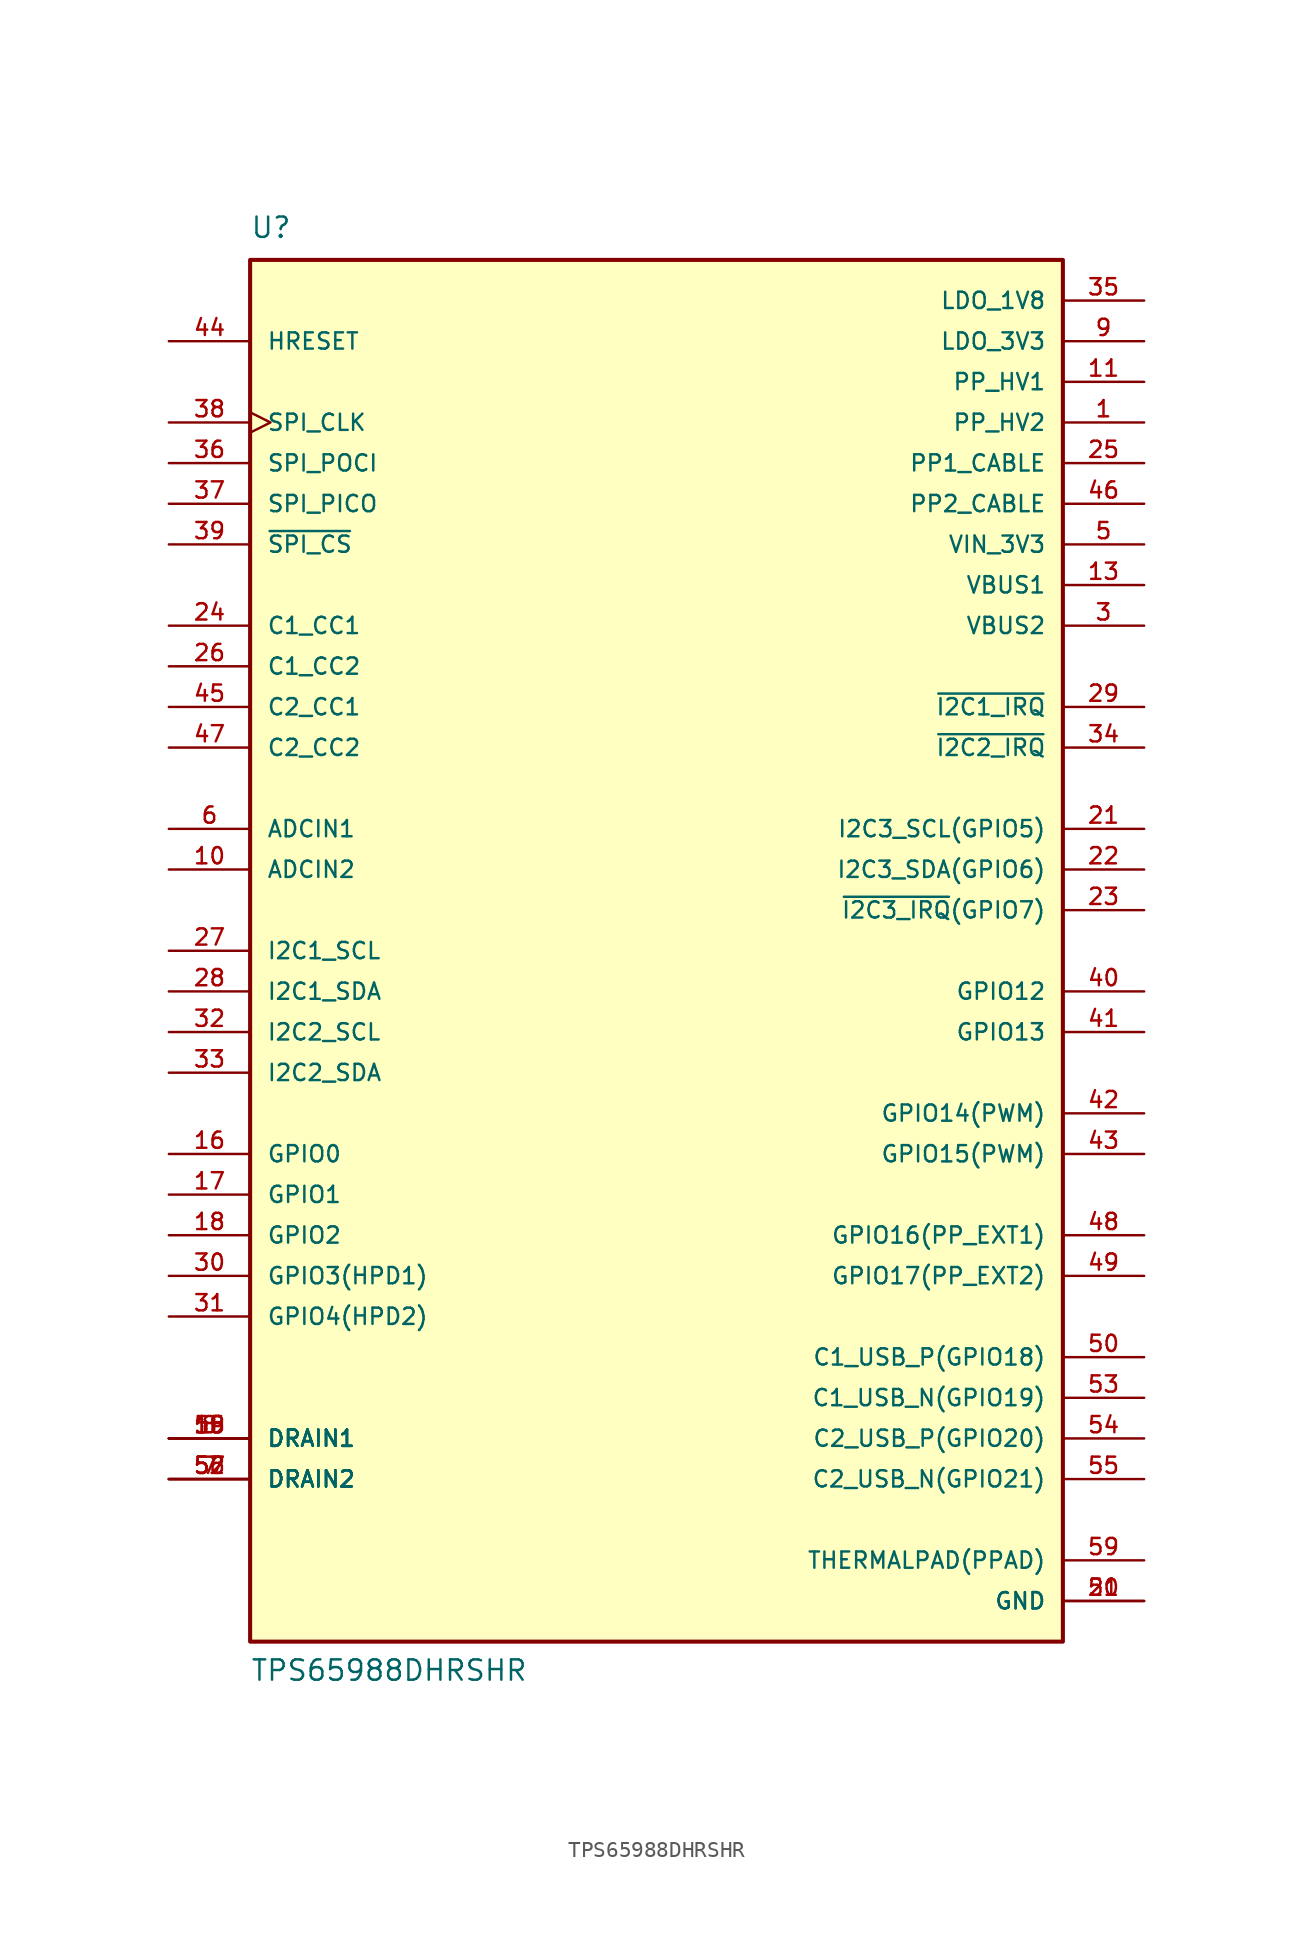
<source format=kicad_sym>
(kicad_symbol_lib
  (version 20211014)
  (generator kicad_symbol_editor)
  (symbol "TPS65988DHRSHR"
    (pin_names
      (offset 1.016))
    (property "Reference" "U"
      (at -25.404 44.458 0)
      (effects (font (size 1.27 1.27)) (justify bottom left)))
    (property "Value" "TPS65988DHRSHR"
      (at -25.401 -45.723 0)
      (effects (font (size 1.27 1.27)) (justify bottom left)))
    (symbol "TPS65988DHRSHR_0_0"
      (rectangle (start -25.4 -43.18) (end 25.4 43.18) (stroke (width 0.254)) (fill (type background)))
      (pin input line (at -30.48 7.62 0) (length 5.08) (name "ADCIN1" (effects (font (size 1.016 1.016)))) (number "6" (effects (font (size 1.016 1.016)))))
      (pin input line (at -30.48 5.08 0) (length 5.08) (name "ADCIN2" (effects (font (size 1.016 1.016)))) (number "10" (effects (font (size 1.016 1.016)))))
      (pin bidirectional line (at -30.48 20.32 0) (length 5.08) (name "C1_CC1" (effects (font (size 1.016 1.016)))) (number "24" (effects (font (size 1.016 1.016)))))
      (pin bidirectional line (at -30.48 17.78 0) (length 5.08) (name "C1_CC2" (effects (font (size 1.016 1.016)))) (number "26" (effects (font (size 1.016 1.016)))))
      (pin bidirectional line (at 30.48 -27.94 180.0) (length 5.08) (name "C1_USB_N(GPIO19)" (effects (font (size 1.016 1.016)))) (number "53" (effects (font (size 1.016 1.016)))))
      (pin bidirectional line (at 30.48 -25.4 180.0) (length 5.08) (name "C1_USB_P(GPIO18)" (effects (font (size 1.016 1.016)))) (number "50" (effects (font (size 1.016 1.016)))))
      (pin bidirectional line (at -30.48 15.24 0) (length 5.08) (name "C2_CC1" (effects (font (size 1.016 1.016)))) (number "45" (effects (font (size 1.016 1.016)))))
      (pin bidirectional line (at -30.48 12.7 0) (length 5.08) (name "C2_CC2" (effects (font (size 1.016 1.016)))) (number "47" (effects (font (size 1.016 1.016)))))
      (pin bidirectional line (at 30.48 -33.02 180.0) (length 5.08) (name "C2_USB_N(GPIO21)" (effects (font (size 1.016 1.016)))) (number "55" (effects (font (size 1.016 1.016)))))
      (pin bidirectional line (at 30.48 -30.48 180.0) (length 5.08) (name "C2_USB_P(GPIO20)" (effects (font (size 1.016 1.016)))) (number "54" (effects (font (size 1.016 1.016)))))
      (pin bidirectional line (at 30.48 2.54 180.0) (length 5.08) (name "~{I2C3_IRQ}(GPIO7)" (effects (font (size 1.016 1.016)))) (number "23" (effects (font (size 1.016 1.016)))))
      (pin bidirectional line (at 30.48 -2.54 180.0) (length 5.08) (name "GPIO12" (effects (font (size 1.016 1.016)))) (number "40" (effects (font (size 1.016 1.016)))))
      (pin bidirectional line (at 30.48 -5.08 180.0) (length 5.08) (name "GPIO13" (effects (font (size 1.016 1.016)))) (number "41" (effects (font (size 1.016 1.016)))))
      (pin bidirectional line (at 30.48 -10.16 180.0) (length 5.08) (name "GPIO14(PWM)" (effects (font (size 1.016 1.016)))) (number "42" (effects (font (size 1.016 1.016)))))
      (pin bidirectional line (at 30.48 -12.7 180.0) (length 5.08) (name "GPIO15(PWM)" (effects (font (size 1.016 1.016)))) (number "43" (effects (font (size 1.016 1.016)))))
      (pin bidirectional line (at 30.48 -17.78 180.0) (length 5.08) (name "GPIO16(PP_EXT1)" (effects (font (size 1.016 1.016)))) (number "48" (effects (font (size 1.016 1.016)))))
      (pin bidirectional line (at 30.48 -20.32 180.0) (length 5.08) (name "GPIO17(PP_EXT2)" (effects (font (size 1.016 1.016)))) (number "49" (effects (font (size 1.016 1.016)))))
      (pin bidirectional line (at -30.48 38.1 0) (length 5.08) (name "HRESET" (effects (font (size 1.016 1.016)))) (number "44" (effects (font (size 1.016 1.016)))))
      (pin output line (at 30.48 15.24 180.0) (length 5.08) (name "~{I2C1_IRQ}" (effects (font (size 1.016 1.016)))) (number "29" (effects (font (size 1.016 1.016)))))
      (pin bidirectional line (at -30.48 0.0 0) (length 5.08) (name "I2C1_SCL" (effects (font (size 1.016 1.016)))) (number "27" (effects (font (size 1.016 1.016)))))
      (pin passive line (at -30.48 -30.48 0) (length 5.08) (name "DRAIN1" (effects (font (size 1.016 1.016)))) (number "8" (effects (font (size 1.016 1.016)))))
      (pin passive line (at -30.48 -30.48 0) (length 5.08) (name "DRAIN1" (effects (font (size 1.016 1.016)))) (number "15" (effects (font (size 1.016 1.016)))))
      (pin passive line (at -30.48 -30.48 0) (length 5.08) (name "DRAIN1" (effects (font (size 1.016 1.016)))) (number "19" (effects (font (size 1.016 1.016)))))
      (pin passive line (at -30.48 -30.48 0) (length 5.08) (name "DRAIN1" (effects (font (size 1.016 1.016)))) (number "58" (effects (font (size 1.016 1.016)))))
      (pin passive line (at -30.48 -33.02 0) (length 5.08) (name "DRAIN2" (effects (font (size 1.016 1.016)))) (number "7" (effects (font (size 1.016 1.016)))))
      (pin passive line (at -30.48 -33.02 0) (length 5.08) (name "DRAIN2" (effects (font (size 1.016 1.016)))) (number "52" (effects (font (size 1.016 1.016)))))
      (pin passive line (at -30.48 -33.02 0) (length 5.08) (name "DRAIN2" (effects (font (size 1.016 1.016)))) (number "56" (effects (font (size 1.016 1.016)))))
      (pin passive line (at -30.48 -33.02 0) (length 5.08) (name "DRAIN2" (effects (font (size 1.016 1.016)))) (number "57" (effects (font (size 1.016 1.016)))))
      (pin power_in line (at 30.48 -40.64 180.0) (length 5.08) (name "GND" (effects (font (size 1.016 1.016)))) (number "20" (effects (font (size 1.016 1.016)))))
      (pin power_in line (at 30.48 -40.64 180.0) (length 5.08) (name "GND" (effects (font (size 1.016 1.016)))) (number "51" (effects (font (size 1.016 1.016)))))
      (pin bidirectional line (at -30.48 -12.7 0) (length 5.08) (name "GPIO0" (effects (font (size 1.016 1.016)))) (number "16" (effects (font (size 1.016 1.016)))))
      (pin bidirectional line (at -30.48 -15.24 0) (length 5.08) (name "GPIO1" (effects (font (size 1.016 1.016)))) (number "17" (effects (font (size 1.016 1.016)))))
      (pin bidirectional line (at -30.48 -17.78 0) (length 5.08) (name "GPIO2" (effects (font (size 1.016 1.016)))) (number "18" (effects (font (size 1.016 1.016)))))
      (pin bidirectional line (at -30.48 -20.32 0) (length 5.08) (name "GPIO3(HPD1)" (effects (font (size 1.016 1.016)))) (number "30" (effects (font (size 1.016 1.016)))))
      (pin bidirectional line (at -30.48 -22.86 0) (length 5.08) (name "GPIO4(HPD2)" (effects (font (size 1.016 1.016)))) (number "31" (effects (font (size 1.016 1.016)))))
      (pin bidirectional line (at 30.48 7.62 180.0) (length 5.08) (name "I2C3_SCL(GPIO5)" (effects (font (size 1.016 1.016)))) (number "21" (effects (font (size 1.016 1.016)))))
      (pin bidirectional line (at 30.48 5.08 180.0) (length 5.08) (name "I2C3_SDA(GPIO6)" (effects (font (size 1.016 1.016)))) (number "22" (effects (font (size 1.016 1.016)))))
      (pin bidirectional line (at -30.48 -2.54 0) (length 5.08) (name "I2C1_SDA" (effects (font (size 1.016 1.016)))) (number "28" (effects (font (size 1.016 1.016)))))
      (pin output line (at 30.48 12.7 180.0) (length 5.08) (name "~{I2C2_IRQ}" (effects (font (size 1.016 1.016)))) (number "34" (effects (font (size 1.016 1.016)))))
      (pin bidirectional line (at -30.48 -5.08 0) (length 5.08) (name "I2C2_SCL" (effects (font (size 1.016 1.016)))) (number "32" (effects (font (size 1.016 1.016)))))
      (pin bidirectional line (at -30.48 -7.62 0) (length 5.08) (name "I2C2_SDA" (effects (font (size 1.016 1.016)))) (number "33" (effects (font (size 1.016 1.016)))))
      (pin power_in line (at 30.48 40.64 180.0) (length 5.08) (name "LDO_1V8" (effects (font (size 1.016 1.016)))) (number "35" (effects (font (size 1.016 1.016)))))
      (pin power_in line (at 30.48 38.1 180.0) (length 5.08) (name "LDO_3V3" (effects (font (size 1.016 1.016)))) (number "9" (effects (font (size 1.016 1.016)))))
      (pin power_in line (at 30.48 30.48 180.0) (length 5.08) (name "PP1_CABLE" (effects (font (size 1.016 1.016)))) (number "25" (effects (font (size 1.016 1.016)))))
      (pin power_in line (at 30.48 35.56 180.0) (length 5.08) (name "PP_HV1" (effects (font (size 1.016 1.016)))) (number "11" (effects (font (size 1.016 1.016)))))
      (pin power_in line (at 30.48 27.94 180.0) (length 5.08) (name "PP2_CABLE" (effects (font (size 1.016 1.016)))) (number "46" (effects (font (size 1.016 1.016)))))
      (pin power_in line (at 30.48 33.02 180.0) (length 5.08) (name "PP_HV2" (effects (font (size 1.016 1.016)))) (number "1" (effects (font (size 1.016 1.016)))))
      (pin bidirectional clock (at -30.48 33.02 0) (length 5.08) (name "SPI_CLK" (effects (font (size 1.016 1.016)))) (number "38" (effects (font (size 1.016 1.016)))))
      (pin bidirectional line (at -30.48 30.48 0) (length 5.08) (name "SPI_POCI" (effects (font (size 1.016 1.016)))) (number "36" (effects (font (size 1.016 1.016)))))
      (pin bidirectional line (at -30.48 27.94 0) (length 5.08) (name "SPI_PICO" (effects (font (size 1.016 1.016)))) (number "37" (effects (font (size 1.016 1.016)))))
      (pin bidirectional line (at -30.48 25.4 0) (length 5.08) (name "~{SPI_CS}" (effects (font (size 1.016 1.016)))) (number "39" (effects (font (size 1.016 1.016)))))
      (pin power_in line (at 30.48 22.86 180.0) (length 5.08) (name "VBUS1" (effects (font (size 1.016 1.016)))) (number "13" (effects (font (size 1.016 1.016)))))
      (pin power_in line (at 30.48 20.32 180.0) (length 5.08) (name "VBUS2" (effects (font (size 1.016 1.016)))) (number "3" (effects (font (size 1.016 1.016)))))
      (pin power_in line (at 30.48 25.4 180.0) (length 5.08) (name "VIN_3V3" (effects (font (size 1.016 1.016)))) (number "5" (effects (font (size 1.016 1.016)))))
      (pin power_in line (at 30.48 -38.1 180.0) (length 5.08) (name "THERMALPAD(PPAD)" (effects (font (size 1.016 1.016)))) (number "59" (effects (font (size 1.016 1.016))))))))
</source>
